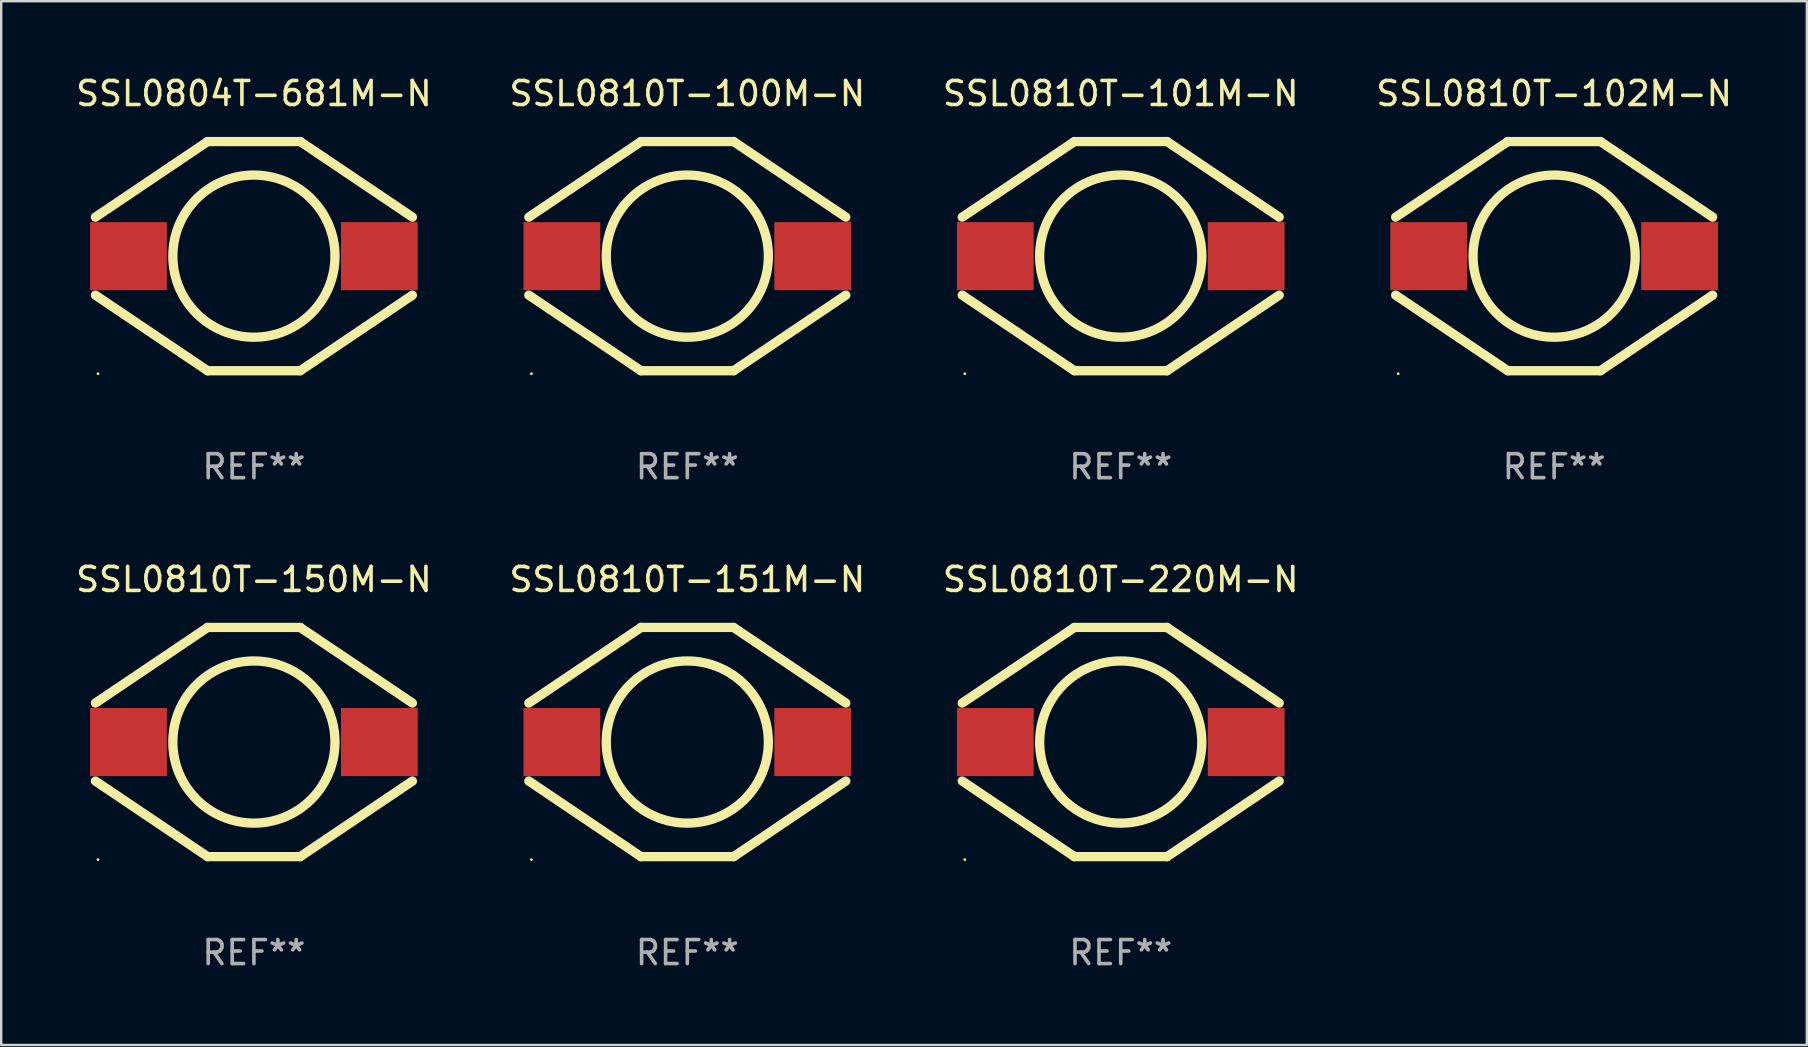
<source format=kicad_pcb>
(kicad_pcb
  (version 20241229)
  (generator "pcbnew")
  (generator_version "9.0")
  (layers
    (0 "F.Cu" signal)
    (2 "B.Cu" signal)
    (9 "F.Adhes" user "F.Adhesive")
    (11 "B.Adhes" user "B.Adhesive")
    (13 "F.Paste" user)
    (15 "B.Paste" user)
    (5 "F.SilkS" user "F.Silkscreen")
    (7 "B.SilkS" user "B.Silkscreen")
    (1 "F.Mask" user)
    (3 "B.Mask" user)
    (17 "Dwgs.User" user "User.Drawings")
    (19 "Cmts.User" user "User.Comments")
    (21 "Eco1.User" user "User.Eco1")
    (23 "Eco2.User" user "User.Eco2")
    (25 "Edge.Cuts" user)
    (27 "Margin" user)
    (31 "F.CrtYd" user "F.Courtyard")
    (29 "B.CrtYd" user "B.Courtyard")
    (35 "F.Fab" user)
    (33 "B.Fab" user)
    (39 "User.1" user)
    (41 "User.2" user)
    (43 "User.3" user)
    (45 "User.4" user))
  (footprint "SSL0810T-102M-N"
    (layer "F.Cu")
    (at 61.708 7.623)
    (property "Reference" "SSL0810T-102M-N" (at 0 -6.775 0) (layer "F.SilkS") (effects (font (size 1 1) (thickness 0.15))))
    (attr through_hole)
    (fp_line (start -6.604 -1.626) (end -1.93 -4.775) (stroke (width 0.387) (type solid)) (layer "F.SilkS"))
    (fp_line (start -1.93 -4.775) (end 1.93 -4.775) (stroke (width 0.387) (type solid)) (layer "F.SilkS"))
    (fp_line (start -1.93 4.775) (end -6.604 1.626) (stroke (width 0.387) (type solid)) (layer "F.SilkS"))
    (fp_line (start -1.93 4.775) (end 1.93 4.775) (stroke (width 0.387) (type solid)) (layer "F.SilkS"))
    (fp_line (start 1.93 -4.775) (end 6.604 -1.626) (stroke (width 0.387) (type solid)) (layer "F.SilkS"))
    (fp_line (start 6.604 1.626) (end 1.93 4.775) (stroke (width 0.387) (type solid)) (layer "F.SilkS"))
    (fp_circle (center -6.497 4.9) (end -6.467 4.9) (stroke (width 0.06) (type solid)) (fill no) (layer "F.SilkS"))
    (fp_circle (center 0 0) (end 3.378 0) (stroke (width 0.387) (type solid)) (fill no) (layer "F.SilkS"))
    (fp_text user "REF**" (at 0 8.775 0) (layer "F.Fab") (effects (font (size 1 1) (thickness 0.15))))
    (pad "1" smd rect (at -5.227 0) (size 3.2 2.835) (layers "F.Cu" "F.Mask" "F.Paste"))
    (pad "2" smd rect (at 5.227 0) (size 3.2 2.835) (layers "F.Cu" "F.Mask" "F.Paste")))
  (footprint "SSL0810T-100M-N"
    (layer "F.Cu")
    (at 25.589 7.623)
    (property "Reference" "SSL0810T-100M-N" (at 0 -6.775 0) (layer "F.SilkS") (effects (font (size 1 1) (thickness 0.15))))
    (attr through_hole)
    (fp_line (start -6.604 -1.626) (end -1.93 -4.775) (stroke (width 0.387) (type solid)) (layer "F.SilkS"))
    (fp_line (start -1.93 -4.775) (end 1.93 -4.775) (stroke (width 0.387) (type solid)) (layer "F.SilkS"))
    (fp_line (start -1.93 4.775) (end -6.604 1.626) (stroke (width 0.387) (type solid)) (layer "F.SilkS"))
    (fp_line (start -1.93 4.775) (end 1.93 4.775) (stroke (width 0.387) (type solid)) (layer "F.SilkS"))
    (fp_line (start 1.93 -4.775) (end 6.604 -1.626) (stroke (width 0.387) (type solid)) (layer "F.SilkS"))
    (fp_line (start 6.604 1.626) (end 1.93 4.775) (stroke (width 0.387) (type solid)) (layer "F.SilkS"))
    (fp_circle (center -6.497 4.9) (end -6.467 4.9) (stroke (width 0.06) (type solid)) (fill no) (layer "F.SilkS"))
    (fp_circle (center 0 0) (end 3.378 0) (stroke (width 0.387) (type solid)) (fill no) (layer "F.SilkS"))
    (fp_text user "REF**" (at 0 8.775 0) (layer "F.Fab") (effects (font (size 1 1) (thickness 0.15))))
    (pad "1" smd rect (at -5.227 0) (size 3.2 2.835) (layers "F.Cu" "F.Mask" "F.Paste"))
    (pad "2" smd rect (at 5.227 0) (size 3.2 2.835) (layers "F.Cu" "F.Mask" "F.Paste")))
  (footprint "SSL0810T-220M-N"
    (layer "F.Cu")
    (at 43.649 27.87)
    (property "Reference" "SSL0810T-220M-N" (at 0 -6.775 0) (layer "F.SilkS") (effects (font (size 1 1) (thickness 0.15))))
    (attr through_hole)
    (fp_line (start -6.604 -1.626) (end -1.93 -4.775) (stroke (width 0.387) (type solid)) (layer "F.SilkS"))
    (fp_line (start -1.93 -4.775) (end 1.93 -4.775) (stroke (width 0.387) (type solid)) (layer "F.SilkS"))
    (fp_line (start -1.93 4.775) (end -6.604 1.626) (stroke (width 0.387) (type solid)) (layer "F.SilkS"))
    (fp_line (start -1.93 4.775) (end 1.93 4.775) (stroke (width 0.387) (type solid)) (layer "F.SilkS"))
    (fp_line (start 1.93 -4.775) (end 6.604 -1.626) (stroke (width 0.387) (type solid)) (layer "F.SilkS"))
    (fp_line (start 6.604 1.626) (end 1.93 4.775) (stroke (width 0.387) (type solid)) (layer "F.SilkS"))
    (fp_circle (center -6.497 4.9) (end -6.467 4.9) (stroke (width 0.06) (type solid)) (fill no) (layer "F.SilkS"))
    (fp_circle (center 0 0) (end 3.378 0) (stroke (width 0.387) (type solid)) (fill no) (layer "F.SilkS"))
    (fp_text user "REF**" (at 0 8.775 0) (layer "F.Fab") (effects (font (size 1 1) (thickness 0.15))))
    (pad "1" smd rect (at -5.227 0) (size 3.2 2.835) (layers "F.Cu" "F.Mask" "F.Paste"))
    (pad "2" smd rect (at 5.227 0) (size 3.2 2.835) (layers "F.Cu" "F.Mask" "F.Paste")))
  (footprint "SSL0810T-150M-N"
    (layer "F.Cu")
    (at 7.53 27.87)
    (property "Reference" "SSL0810T-150M-N" (at 0 -6.775 0) (layer "F.SilkS") (effects (font (size 1 1) (thickness 0.15))))
    (attr through_hole)
    (fp_line (start -6.604 -1.626) (end -1.93 -4.775) (stroke (width 0.387) (type solid)) (layer "F.SilkS"))
    (fp_line (start -1.93 -4.775) (end 1.93 -4.775) (stroke (width 0.387) (type solid)) (layer "F.SilkS"))
    (fp_line (start -1.93 4.775) (end -6.604 1.626) (stroke (width 0.387) (type solid)) (layer "F.SilkS"))
    (fp_line (start -1.93 4.775) (end 1.93 4.775) (stroke (width 0.387) (type solid)) (layer "F.SilkS"))
    (fp_line (start 1.93 -4.775) (end 6.604 -1.626) (stroke (width 0.387) (type solid)) (layer "F.SilkS"))
    (fp_line (start 6.604 1.626) (end 1.93 4.775) (stroke (width 0.387) (type solid)) (layer "F.SilkS"))
    (fp_circle (center -6.497 4.9) (end -6.467 4.9) (stroke (width 0.06) (type solid)) (fill no) (layer "F.SilkS"))
    (fp_circle (center 0 0) (end 3.378 0) (stroke (width 0.387) (type solid)) (fill no) (layer "F.SilkS"))
    (fp_text user "REF**" (at 0 8.775 0) (layer "F.Fab") (effects (font (size 1 1) (thickness 0.15))))
    (pad "1" smd rect (at -5.227 0) (size 3.2 2.835) (layers "F.Cu" "F.Mask" "F.Paste"))
    (pad "2" smd rect (at 5.227 0) (size 3.2 2.835) (layers "F.Cu" "F.Mask" "F.Paste")))
  (footprint "SSL0810T-101M-N"
    (layer "F.Cu")
    (at 43.649 7.623)
    (property "Reference" "SSL0810T-101M-N" (at 0 -6.775 0) (layer "F.SilkS") (effects (font (size 1 1) (thickness 0.15))))
    (attr through_hole)
    (fp_line (start -6.604 -1.626) (end -1.93 -4.775) (stroke (width 0.387) (type solid)) (layer "F.SilkS"))
    (fp_line (start -1.93 -4.775) (end 1.93 -4.775) (stroke (width 0.387) (type solid)) (layer "F.SilkS"))
    (fp_line (start -1.93 4.775) (end -6.604 1.626) (stroke (width 0.387) (type solid)) (layer "F.SilkS"))
    (fp_line (start -1.93 4.775) (end 1.93 4.775) (stroke (width 0.387) (type solid)) (layer "F.SilkS"))
    (fp_line (start 1.93 -4.775) (end 6.604 -1.626) (stroke (width 0.387) (type solid)) (layer "F.SilkS"))
    (fp_line (start 6.604 1.626) (end 1.93 4.775) (stroke (width 0.387) (type solid)) (layer "F.SilkS"))
    (fp_circle (center -6.497 4.9) (end -6.467 4.9) (stroke (width 0.06) (type solid)) (fill no) (layer "F.SilkS"))
    (fp_circle (center 0 0) (end 3.378 0) (stroke (width 0.387) (type solid)) (fill no) (layer "F.SilkS"))
    (fp_text user "REF**" (at 0 8.775 0) (layer "F.Fab") (effects (font (size 1 1) (thickness 0.15))))
    (pad "1" smd rect (at -5.227 0) (size 3.2 2.835) (layers "F.Cu" "F.Mask" "F.Paste"))
    (pad "2" smd rect (at 5.227 0) (size 3.2 2.835) (layers "F.Cu" "F.Mask" "F.Paste")))
  (footprint "SSL0810T-151M-N"
    (layer "F.Cu")
    (at 25.589 27.87)
    (property "Reference" "SSL0810T-151M-N" (at 0 -6.775 0) (layer "F.SilkS") (effects (font (size 1 1) (thickness 0.15))))
    (attr through_hole)
    (fp_line (start -6.604 -1.626) (end -1.93 -4.775) (stroke (width 0.387) (type solid)) (layer "F.SilkS"))
    (fp_line (start -1.93 -4.775) (end 1.93 -4.775) (stroke (width 0.387) (type solid)) (layer "F.SilkS"))
    (fp_line (start -1.93 4.775) (end -6.604 1.626) (stroke (width 0.387) (type solid)) (layer "F.SilkS"))
    (fp_line (start -1.93 4.775) (end 1.93 4.775) (stroke (width 0.387) (type solid)) (layer "F.SilkS"))
    (fp_line (start 1.93 -4.775) (end 6.604 -1.626) (stroke (width 0.387) (type solid)) (layer "F.SilkS"))
    (fp_line (start 6.604 1.626) (end 1.93 4.775) (stroke (width 0.387) (type solid)) (layer "F.SilkS"))
    (fp_circle (center -6.497 4.9) (end -6.467 4.9) (stroke (width 0.06) (type solid)) (fill no) (layer "F.SilkS"))
    (fp_circle (center 0 0) (end 3.378 0) (stroke (width 0.387) (type solid)) (fill no) (layer "F.SilkS"))
    (fp_text user "REF**" (at 0 8.775 0) (layer "F.Fab") (effects (font (size 1 1) (thickness 0.15))))
    (pad "1" smd rect (at -5.227 0) (size 3.2 2.835) (layers "F.Cu" "F.Mask" "F.Paste"))
    (pad "2" smd rect (at 5.227 0) (size 3.2 2.835) (layers "F.Cu" "F.Mask" "F.Paste")))
  (footprint "SSL0804T-681M-N"
    (layer "F.Cu")
    (at 7.53 7.623)
    (property "Reference" "SSL0804T-681M-N" (at 0 -6.775 0) (layer "F.SilkS") (effects (font (size 1 1) (thickness 0.15))))
    (attr through_hole)
    (fp_line (start -6.604 -1.626) (end -1.93 -4.775) (stroke (width 0.387) (type solid)) (layer "F.SilkS"))
    (fp_line (start -1.93 -4.775) (end 1.93 -4.775) (stroke (width 0.387) (type solid)) (layer "F.SilkS"))
    (fp_line (start -1.93 4.775) (end -6.604 1.626) (stroke (width 0.387) (type solid)) (layer "F.SilkS"))
    (fp_line (start -1.93 4.775) (end 1.93 4.775) (stroke (width 0.387) (type solid)) (layer "F.SilkS"))
    (fp_line (start 1.93 -4.775) (end 6.604 -1.626) (stroke (width 0.387) (type solid)) (layer "F.SilkS"))
    (fp_line (start 6.604 1.626) (end 1.93 4.775) (stroke (width 0.387) (type solid)) (layer "F.SilkS"))
    (fp_circle (center -6.497 4.9) (end -6.467 4.9) (stroke (width 0.06) (type solid)) (fill no) (layer "F.SilkS"))
    (fp_circle (center 0 0) (end 3.378 0) (stroke (width 0.387) (type solid)) (fill no) (layer "F.SilkS"))
    (fp_text user "REF**" (at 0 8.775 0) (layer "F.Fab") (effects (font (size 1 1) (thickness 0.15))))
    (pad "1" smd rect (at -5.227 0) (size 3.2 2.835) (layers "F.Cu" "F.Mask" "F.Paste"))
    (pad "2" smd rect (at 5.227 0) (size 3.2 2.835) (layers "F.Cu" "F.Mask" "F.Paste")))
  (gr_rect
    (start -3 -3)
    (end 72.238 40.494)
    (stroke (width 0.1) (type default))
    (fill no)
    (layer "Edge.Cuts")))
</source>
